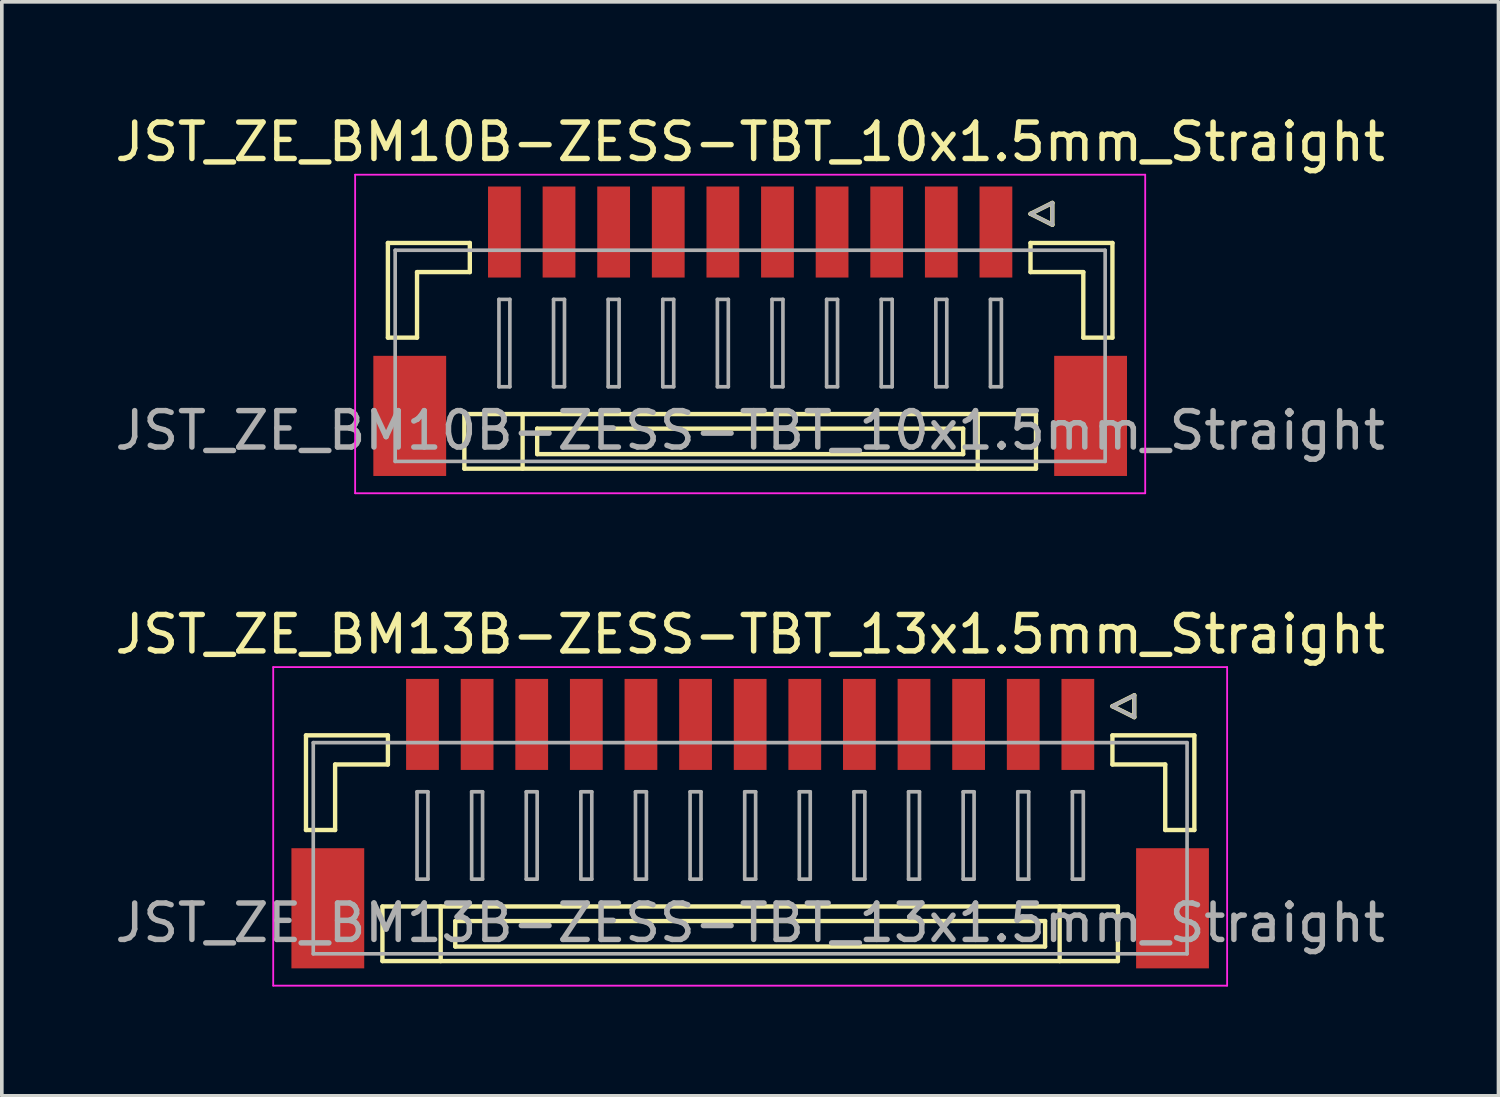
<source format=kicad_pcb>
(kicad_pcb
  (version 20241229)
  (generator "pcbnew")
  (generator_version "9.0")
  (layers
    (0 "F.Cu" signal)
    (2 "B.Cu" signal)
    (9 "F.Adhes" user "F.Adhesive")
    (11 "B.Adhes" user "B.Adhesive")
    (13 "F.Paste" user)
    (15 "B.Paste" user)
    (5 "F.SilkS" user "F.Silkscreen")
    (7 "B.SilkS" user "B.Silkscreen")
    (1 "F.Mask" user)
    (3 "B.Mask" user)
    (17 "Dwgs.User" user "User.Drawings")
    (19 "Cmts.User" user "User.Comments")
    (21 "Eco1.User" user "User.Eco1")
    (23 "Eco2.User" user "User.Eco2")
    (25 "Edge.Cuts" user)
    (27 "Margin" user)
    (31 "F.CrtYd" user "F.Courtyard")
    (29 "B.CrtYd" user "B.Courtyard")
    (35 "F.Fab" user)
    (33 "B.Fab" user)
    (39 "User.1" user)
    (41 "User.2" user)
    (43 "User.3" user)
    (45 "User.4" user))
  (footprint "JST_ZE_BM10B-ZESS-TBT_10x1.5mm_Straight"
    (layer "F.Cu")
    (at 17.554 5.848)
    (property "Reference" "JST_ZE_BM10B-ZESS-TBT_10x1.5mm_Straight" (at 0 -5 0) (layer "F.SilkS") (effects (font (size 1 1) (thickness 0.15))))
    (attr smd)
    (fp_line (start -9.95 -2.225) (end -9.95 0.375) (stroke (width 0.12) (type solid)) (layer "F.SilkS"))
    (fp_line (start -9.95 0.375) (end -9.15 0.375) (stroke (width 0.12) (type solid)) (layer "F.SilkS"))
    (fp_line (start -9.15 -1.425) (end -7.7 -1.425) (stroke (width 0.12) (type solid)) (layer "F.SilkS"))
    (fp_line (start -9.15 0.375) (end -9.15 -1.425) (stroke (width 0.12) (type solid)) (layer "F.SilkS"))
    (fp_line (start -7.85 2.475) (end -7.85 3.975) (stroke (width 0.12) (type solid)) (layer "F.SilkS"))
    (fp_line (start -7.85 3.975) (end 7.85 3.975) (stroke (width 0.12) (type solid)) (layer "F.SilkS"))
    (fp_line (start -7.7 -2.225) (end -9.95 -2.225) (stroke (width 0.12) (type solid)) (layer "F.SilkS"))
    (fp_line (start -7.7 -1.425) (end -7.7 -2.225) (stroke (width 0.12) (type solid)) (layer "F.SilkS"))
    (fp_line (start -6.25 2.475) (end -6.25 3.975) (stroke (width 0.12) (type solid)) (layer "F.SilkS"))
    (fp_line (start -5.85 2.875) (end -5.85 3.575) (stroke (width 0.12) (type solid)) (layer "F.SilkS"))
    (fp_line (start -5.85 3.575) (end 5.85 3.575) (stroke (width 0.12) (type solid)) (layer "F.SilkS"))
    (fp_line (start 5.85 2.875) (end -5.85 2.875) (stroke (width 0.12) (type solid)) (layer "F.SilkS"))
    (fp_line (start 5.85 3.575) (end 5.85 2.875) (stroke (width 0.12) (type solid)) (layer "F.SilkS"))
    (fp_line (start 6.25 2.475) (end 6.25 3.975) (stroke (width 0.12) (type solid)) (layer "F.SilkS"))
    (fp_line (start 7.7 -3.025) (end 8.3 -3.325) (stroke (width 0.12) (type solid)) (layer "F.SilkS"))
    (fp_line (start 7.7 -2.225) (end 9.95 -2.225) (stroke (width 0.12) (type solid)) (layer "F.SilkS"))
    (fp_line (start 7.7 -1.425) (end 7.7 -2.225) (stroke (width 0.12) (type solid)) (layer "F.SilkS"))
    (fp_line (start 7.85 2.475) (end -7.85 2.475) (stroke (width 0.12) (type solid)) (layer "F.SilkS"))
    (fp_line (start 7.85 3.975) (end 7.85 2.475) (stroke (width 0.12) (type solid)) (layer "F.SilkS"))
    (fp_line (start 8.3 -3.325) (end 8.3 -2.725) (stroke (width 0.12) (type solid)) (layer "F.SilkS"))
    (fp_line (start 8.3 -2.725) (end 7.7 -3.025) (stroke (width 0.12) (type solid)) (layer "F.SilkS"))
    (fp_line (start 9.15 -1.425) (end 7.7 -1.425) (stroke (width 0.12) (type solid)) (layer "F.SilkS"))
    (fp_line (start 9.15 0.375) (end 9.15 -1.425) (stroke (width 0.12) (type solid)) (layer "F.SilkS"))
    (fp_line (start 9.95 -2.225) (end 9.95 0.375) (stroke (width 0.12) (type solid)) (layer "F.SilkS"))
    (fp_line (start 9.95 0.375) (end 9.15 0.375) (stroke (width 0.12) (type solid)) (layer "F.SilkS"))
    (fp_line (start -10.85 -4.1) (end -10.85 4.65) (stroke (width 0.05) (type solid)) (layer "F.CrtYd"))
    (fp_line (start -10.85 4.65) (end 10.85 4.65) (stroke (width 0.05) (type solid)) (layer "F.CrtYd"))
    (fp_line (start 10.85 -4.1) (end -10.85 -4.1) (stroke (width 0.05) (type solid)) (layer "F.CrtYd"))
    (fp_line (start 10.85 4.65) (end 10.85 -4.1) (stroke (width 0.05) (type solid)) (layer "F.CrtYd"))
    (fp_line (start -9.75 -2.025) (end -9.75 3.775) (stroke (width 0.1) (type solid)) (layer "F.Fab"))
    (fp_line (start -9.75 3.775) (end 9.75 3.775) (stroke (width 0.1) (type solid)) (layer "F.Fab"))
    (fp_line (start -6.9 -0.675) (end -6.9 1.725) (stroke (width 0.1) (type solid)) (layer "F.Fab"))
    (fp_line (start -6.9 1.725) (end -6.6 1.725) (stroke (width 0.1) (type solid)) (layer "F.Fab"))
    (fp_line (start -6.6 -0.675) (end -6.9 -0.675) (stroke (width 0.1) (type solid)) (layer "F.Fab"))
    (fp_line (start -6.6 1.725) (end -6.6 -0.675) (stroke (width 0.1) (type solid)) (layer "F.Fab"))
    (fp_line (start -5.4 -0.675) (end -5.4 1.725) (stroke (width 0.1) (type solid)) (layer "F.Fab"))
    (fp_line (start -5.4 1.725) (end -5.1 1.725) (stroke (width 0.1) (type solid)) (layer "F.Fab"))
    (fp_line (start -5.1 -0.675) (end -5.4 -0.675) (stroke (width 0.1) (type solid)) (layer "F.Fab"))
    (fp_line (start -5.1 1.725) (end -5.1 -0.675) (stroke (width 0.1) (type solid)) (layer "F.Fab"))
    (fp_line (start -3.9 -0.675) (end -3.9 1.725) (stroke (width 0.1) (type solid)) (layer "F.Fab"))
    (fp_line (start -3.9 1.725) (end -3.6 1.725) (stroke (width 0.1) (type solid)) (layer "F.Fab"))
    (fp_line (start -3.6 -0.675) (end -3.9 -0.675) (stroke (width 0.1) (type solid)) (layer "F.Fab"))
    (fp_line (start -3.6 1.725) (end -3.6 -0.675) (stroke (width 0.1) (type solid)) (layer "F.Fab"))
    (fp_line (start -2.4 -0.675) (end -2.4 1.725) (stroke (width 0.1) (type solid)) (layer "F.Fab"))
    (fp_line (start -2.4 1.725) (end -2.1 1.725) (stroke (width 0.1) (type solid)) (layer "F.Fab"))
    (fp_line (start -2.1 -0.675) (end -2.4 -0.675) (stroke (width 0.1) (type solid)) (layer "F.Fab"))
    (fp_line (start -2.1 1.725) (end -2.1 -0.675) (stroke (width 0.1) (type solid)) (layer "F.Fab"))
    (fp_line (start -0.9 -0.675) (end -0.9 1.725) (stroke (width 0.1) (type solid)) (layer "F.Fab"))
    (fp_line (start -0.9 1.725) (end -0.6 1.725) (stroke (width 0.1) (type solid)) (layer "F.Fab"))
    (fp_line (start -0.6 -0.675) (end -0.9 -0.675) (stroke (width 0.1) (type solid)) (layer "F.Fab"))
    (fp_line (start -0.6 1.725) (end -0.6 -0.675) (stroke (width 0.1) (type solid)) (layer "F.Fab"))
    (fp_line (start 0.6 -0.675) (end 0.6 1.725) (stroke (width 0.1) (type solid)) (layer "F.Fab"))
    (fp_line (start 0.6 1.725) (end 0.9 1.725) (stroke (width 0.1) (type solid)) (layer "F.Fab"))
    (fp_line (start 0.9 -0.675) (end 0.6 -0.675) (stroke (width 0.1) (type solid)) (layer "F.Fab"))
    (fp_line (start 0.9 1.725) (end 0.9 -0.675) (stroke (width 0.1) (type solid)) (layer "F.Fab"))
    (fp_line (start 2.1 -0.675) (end 2.1 1.725) (stroke (width 0.1) (type solid)) (layer "F.Fab"))
    (fp_line (start 2.1 1.725) (end 2.4 1.725) (stroke (width 0.1) (type solid)) (layer "F.Fab"))
    (fp_line (start 2.4 -0.675) (end 2.1 -0.675) (stroke (width 0.1) (type solid)) (layer "F.Fab"))
    (fp_line (start 2.4 1.725) (end 2.4 -0.675) (stroke (width 0.1) (type solid)) (layer "F.Fab"))
    (fp_line (start 3.6 -0.675) (end 3.6 1.725) (stroke (width 0.1) (type solid)) (layer "F.Fab"))
    (fp_line (start 3.6 1.725) (end 3.9 1.725) (stroke (width 0.1) (type solid)) (layer "F.Fab"))
    (fp_line (start 3.9 -0.675) (end 3.6 -0.675) (stroke (width 0.1) (type solid)) (layer "F.Fab"))
    (fp_line (start 3.9 1.725) (end 3.9 -0.675) (stroke (width 0.1) (type solid)) (layer "F.Fab"))
    (fp_line (start 5.1 -0.675) (end 5.1 1.725) (stroke (width 0.1) (type solid)) (layer "F.Fab"))
    (fp_line (start 5.1 1.725) (end 5.4 1.725) (stroke (width 0.1) (type solid)) (layer "F.Fab"))
    (fp_line (start 5.4 -0.675) (end 5.1 -0.675) (stroke (width 0.1) (type solid)) (layer "F.Fab"))
    (fp_line (start 5.4 1.725) (end 5.4 -0.675) (stroke (width 0.1) (type solid)) (layer "F.Fab"))
    (fp_line (start 6.6 -0.675) (end 6.6 1.725) (stroke (width 0.1) (type solid)) (layer "F.Fab"))
    (fp_line (start 6.6 1.725) (end 6.9 1.725) (stroke (width 0.1) (type solid)) (layer "F.Fab"))
    (fp_line (start 6.9 -0.675) (end 6.6 -0.675) (stroke (width 0.1) (type solid)) (layer "F.Fab"))
    (fp_line (start 6.9 1.725) (end 6.9 -0.675) (stroke (width 0.1) (type solid)) (layer "F.Fab"))
    (fp_line (start 7.7 -3.025) (end 8.3 -3.325) (stroke (width 0.1) (type solid)) (layer "F.Fab"))
    (fp_line (start 8.3 -3.325) (end 8.3 -2.725) (stroke (width 0.1) (type solid)) (layer "F.Fab"))
    (fp_line (start 8.3 -2.725) (end 7.7 -3.025) (stroke (width 0.1) (type solid)) (layer "F.Fab"))
    (fp_line (start 9.75 -2.025) (end -9.75 -2.025) (stroke (width 0.1) (type solid)) (layer "F.Fab"))
    (fp_line (start 9.75 3.775) (end 9.75 -2.025) (stroke (width 0.1) (type solid)) (layer "F.Fab"))
    (fp_text user "${REFERENCE}" (at 0 2.925 0) (layer "F.Fab") (effects (font (size 1 1) (thickness 0.15))))
    (pad "" smd rect (at -9.35 2.525) (size 2 3.3) (layers "F.Cu" "F.Mask" "F.Paste"))
    (pad "" smd rect (at 9.35 2.525) (size 2 3.3) (layers "F.Cu" "F.Mask" "F.Paste"))
    (pad "1" smd rect (at 6.75 -2.525) (size 0.9 2.5) (layers "F.Cu" "F.Mask" "F.Paste"))
    (pad "2" smd rect (at 5.25 -2.525) (size 0.9 2.5) (layers "F.Cu" "F.Mask" "F.Paste"))
    (pad "3" smd rect (at 3.75 -2.525) (size 0.9 2.5) (layers "F.Cu" "F.Mask" "F.Paste"))
    (pad "4" smd rect (at 2.25 -2.525) (size 0.9 2.5) (layers "F.Cu" "F.Mask" "F.Paste"))
    (pad "5" smd rect (at 0.75 -2.525) (size 0.9 2.5) (layers "F.Cu" "F.Mask" "F.Paste"))
    (pad "6" smd rect (at -0.75 -2.525) (size 0.9 2.5) (layers "F.Cu" "F.Mask" "F.Paste"))
    (pad "7" smd rect (at -2.25 -2.525) (size 0.9 2.5) (layers "F.Cu" "F.Mask" "F.Paste"))
    (pad "8" smd rect (at -3.75 -2.525) (size 0.9 2.5) (layers "F.Cu" "F.Mask" "F.Paste"))
    (pad "9" smd rect (at -5.25 -2.525) (size 0.9 2.5) (layers "F.Cu" "F.Mask" "F.Paste"))
    (pad "10" smd rect (at -6.75 -2.525) (size 0.9 2.5) (layers "F.Cu" "F.Mask" "F.Paste")))
  (footprint "JST_ZE_BM13B-ZESS-TBT_13x1.5mm_Straight"
    (layer "F.Cu")
    (at 17.554 19.372)
    (property "Reference" "JST_ZE_BM13B-ZESS-TBT_13x1.5mm_Straight" (at 0 -5 0) (layer "F.SilkS") (effects (font (size 1 1) (thickness 0.15))))
    (attr smd)
    (fp_line (start -12.2 -2.225) (end -12.2 0.375) (stroke (width 0.12) (type solid)) (layer "F.SilkS"))
    (fp_line (start -12.2 0.375) (end -11.4 0.375) (stroke (width 0.12) (type solid)) (layer "F.SilkS"))
    (fp_line (start -11.4 -1.425) (end -9.95 -1.425) (stroke (width 0.12) (type solid)) (layer "F.SilkS"))
    (fp_line (start -11.4 0.375) (end -11.4 -1.425) (stroke (width 0.12) (type solid)) (layer "F.SilkS"))
    (fp_line (start -10.1 2.475) (end -10.1 3.975) (stroke (width 0.12) (type solid)) (layer "F.SilkS"))
    (fp_line (start -10.1 3.975) (end 10.1 3.975) (stroke (width 0.12) (type solid)) (layer "F.SilkS"))
    (fp_line (start -9.95 -2.225) (end -12.2 -2.225) (stroke (width 0.12) (type solid)) (layer "F.SilkS"))
    (fp_line (start -9.95 -1.425) (end -9.95 -2.225) (stroke (width 0.12) (type solid)) (layer "F.SilkS"))
    (fp_line (start -8.5 2.475) (end -8.5 3.975) (stroke (width 0.12) (type solid)) (layer "F.SilkS"))
    (fp_line (start -8.1 2.875) (end -8.1 3.575) (stroke (width 0.12) (type solid)) (layer "F.SilkS"))
    (fp_line (start -8.1 3.575) (end 8.1 3.575) (stroke (width 0.12) (type solid)) (layer "F.SilkS"))
    (fp_line (start 8.1 2.875) (end -8.1 2.875) (stroke (width 0.12) (type solid)) (layer "F.SilkS"))
    (fp_line (start 8.1 3.575) (end 8.1 2.875) (stroke (width 0.12) (type solid)) (layer "F.SilkS"))
    (fp_line (start 8.5 2.475) (end 8.5 3.975) (stroke (width 0.12) (type solid)) (layer "F.SilkS"))
    (fp_line (start 9.95 -3.025) (end 10.55 -3.325) (stroke (width 0.12) (type solid)) (layer "F.SilkS"))
    (fp_line (start 9.95 -2.225) (end 12.2 -2.225) (stroke (width 0.12) (type solid)) (layer "F.SilkS"))
    (fp_line (start 9.95 -1.425) (end 9.95 -2.225) (stroke (width 0.12) (type solid)) (layer "F.SilkS"))
    (fp_line (start 10.1 2.475) (end -10.1 2.475) (stroke (width 0.12) (type solid)) (layer "F.SilkS"))
    (fp_line (start 10.1 3.975) (end 10.1 2.475) (stroke (width 0.12) (type solid)) (layer "F.SilkS"))
    (fp_line (start 10.55 -3.325) (end 10.55 -2.725) (stroke (width 0.12) (type solid)) (layer "F.SilkS"))
    (fp_line (start 10.55 -2.725) (end 9.95 -3.025) (stroke (width 0.12) (type solid)) (layer "F.SilkS"))
    (fp_line (start 11.4 -1.425) (end 9.95 -1.425) (stroke (width 0.12) (type solid)) (layer "F.SilkS"))
    (fp_line (start 11.4 0.375) (end 11.4 -1.425) (stroke (width 0.12) (type solid)) (layer "F.SilkS"))
    (fp_line (start 12.2 -2.225) (end 12.2 0.375) (stroke (width 0.12) (type solid)) (layer "F.SilkS"))
    (fp_line (start 12.2 0.375) (end 11.4 0.375) (stroke (width 0.12) (type solid)) (layer "F.SilkS"))
    (fp_line (start -13.1 -4.1) (end -13.1 4.65) (stroke (width 0.05) (type solid)) (layer "F.CrtYd"))
    (fp_line (start -13.1 4.65) (end 13.1 4.65) (stroke (width 0.05) (type solid)) (layer "F.CrtYd"))
    (fp_line (start 13.1 -4.1) (end -13.1 -4.1) (stroke (width 0.05) (type solid)) (layer "F.CrtYd"))
    (fp_line (start 13.1 4.65) (end 13.1 -4.1) (stroke (width 0.05) (type solid)) (layer "F.CrtYd"))
    (fp_line (start -12 -2.025) (end -12 3.775) (stroke (width 0.1) (type solid)) (layer "F.Fab"))
    (fp_line (start -12 3.775) (end 12 3.775) (stroke (width 0.1) (type solid)) (layer "F.Fab"))
    (fp_line (start -9.15 -0.675) (end -9.15 1.725) (stroke (width 0.1) (type solid)) (layer "F.Fab"))
    (fp_line (start -9.15 1.725) (end -8.85 1.725) (stroke (width 0.1) (type solid)) (layer "F.Fab"))
    (fp_line (start -8.85 -0.675) (end -9.15 -0.675) (stroke (width 0.1) (type solid)) (layer "F.Fab"))
    (fp_line (start -8.85 1.725) (end -8.85 -0.675) (stroke (width 0.1) (type solid)) (layer "F.Fab"))
    (fp_line (start -7.65 -0.675) (end -7.65 1.725) (stroke (width 0.1) (type solid)) (layer "F.Fab"))
    (fp_line (start -7.65 1.725) (end -7.35 1.725) (stroke (width 0.1) (type solid)) (layer "F.Fab"))
    (fp_line (start -7.35 -0.675) (end -7.65 -0.675) (stroke (width 0.1) (type solid)) (layer "F.Fab"))
    (fp_line (start -7.35 1.725) (end -7.35 -0.675) (stroke (width 0.1) (type solid)) (layer "F.Fab"))
    (fp_line (start -6.15 -0.675) (end -6.15 1.725) (stroke (width 0.1) (type solid)) (layer "F.Fab"))
    (fp_line (start -6.15 1.725) (end -5.85 1.725) (stroke (width 0.1) (type solid)) (layer "F.Fab"))
    (fp_line (start -5.85 -0.675) (end -6.15 -0.675) (stroke (width 0.1) (type solid)) (layer "F.Fab"))
    (fp_line (start -5.85 1.725) (end -5.85 -0.675) (stroke (width 0.1) (type solid)) (layer "F.Fab"))
    (fp_line (start -4.65 -0.675) (end -4.65 1.725) (stroke (width 0.1) (type solid)) (layer "F.Fab"))
    (fp_line (start -4.65 1.725) (end -4.35 1.725) (stroke (width 0.1) (type solid)) (layer "F.Fab"))
    (fp_line (start -4.35 -0.675) (end -4.65 -0.675) (stroke (width 0.1) (type solid)) (layer "F.Fab"))
    (fp_line (start -4.35 1.725) (end -4.35 -0.675) (stroke (width 0.1) (type solid)) (layer "F.Fab"))
    (fp_line (start -3.15 -0.675) (end -3.15 1.725) (stroke (width 0.1) (type solid)) (layer "F.Fab"))
    (fp_line (start -3.15 1.725) (end -2.85 1.725) (stroke (width 0.1) (type solid)) (layer "F.Fab"))
    (fp_line (start -2.85 -0.675) (end -3.15 -0.675) (stroke (width 0.1) (type solid)) (layer "F.Fab"))
    (fp_line (start -2.85 1.725) (end -2.85 -0.675) (stroke (width 0.1) (type solid)) (layer "F.Fab"))
    (fp_line (start -1.65 -0.675) (end -1.65 1.725) (stroke (width 0.1) (type solid)) (layer "F.Fab"))
    (fp_line (start -1.65 1.725) (end -1.35 1.725) (stroke (width 0.1) (type solid)) (layer "F.Fab"))
    (fp_line (start -1.35 -0.675) (end -1.65 -0.675) (stroke (width 0.1) (type solid)) (layer "F.Fab"))
    (fp_line (start -1.35 1.725) (end -1.35 -0.675) (stroke (width 0.1) (type solid)) (layer "F.Fab"))
    (fp_line (start -0.15 -0.675) (end -0.15 1.725) (stroke (width 0.1) (type solid)) (layer "F.Fab"))
    (fp_line (start -0.15 1.725) (end 0.15 1.725) (stroke (width 0.1) (type solid)) (layer "F.Fab"))
    (fp_line (start 0.15 -0.675) (end -0.15 -0.675) (stroke (width 0.1) (type solid)) (layer "F.Fab"))
    (fp_line (start 0.15 1.725) (end 0.15 -0.675) (stroke (width 0.1) (type solid)) (layer "F.Fab"))
    (fp_line (start 1.35 -0.675) (end 1.35 1.725) (stroke (width 0.1) (type solid)) (layer "F.Fab"))
    (fp_line (start 1.35 1.725) (end 1.65 1.725) (stroke (width 0.1) (type solid)) (layer "F.Fab"))
    (fp_line (start 1.65 -0.675) (end 1.35 -0.675) (stroke (width 0.1) (type solid)) (layer "F.Fab"))
    (fp_line (start 1.65 1.725) (end 1.65 -0.675) (stroke (width 0.1) (type solid)) (layer "F.Fab"))
    (fp_line (start 2.85 -0.675) (end 2.85 1.725) (stroke (width 0.1) (type solid)) (layer "F.Fab"))
    (fp_line (start 2.85 1.725) (end 3.15 1.725) (stroke (width 0.1) (type solid)) (layer "F.Fab"))
    (fp_line (start 3.15 -0.675) (end 2.85 -0.675) (stroke (width 0.1) (type solid)) (layer "F.Fab"))
    (fp_line (start 3.15 1.725) (end 3.15 -0.675) (stroke (width 0.1) (type solid)) (layer "F.Fab"))
    (fp_line (start 4.35 -0.675) (end 4.35 1.725) (stroke (width 0.1) (type solid)) (layer "F.Fab"))
    (fp_line (start 4.35 1.725) (end 4.65 1.725) (stroke (width 0.1) (type solid)) (layer "F.Fab"))
    (fp_line (start 4.65 -0.675) (end 4.35 -0.675) (stroke (width 0.1) (type solid)) (layer "F.Fab"))
    (fp_line (start 4.65 1.725) (end 4.65 -0.675) (stroke (width 0.1) (type solid)) (layer "F.Fab"))
    (fp_line (start 5.85 -0.675) (end 5.85 1.725) (stroke (width 0.1) (type solid)) (layer "F.Fab"))
    (fp_line (start 5.85 1.725) (end 6.15 1.725) (stroke (width 0.1) (type solid)) (layer "F.Fab"))
    (fp_line (start 6.15 -0.675) (end 5.85 -0.675) (stroke (width 0.1) (type solid)) (layer "F.Fab"))
    (fp_line (start 6.15 1.725) (end 6.15 -0.675) (stroke (width 0.1) (type solid)) (layer "F.Fab"))
    (fp_line (start 7.35 -0.675) (end 7.35 1.725) (stroke (width 0.1) (type solid)) (layer "F.Fab"))
    (fp_line (start 7.35 1.725) (end 7.65 1.725) (stroke (width 0.1) (type solid)) (layer "F.Fab"))
    (fp_line (start 7.65 -0.675) (end 7.35 -0.675) (stroke (width 0.1) (type solid)) (layer "F.Fab"))
    (fp_line (start 7.65 1.725) (end 7.65 -0.675) (stroke (width 0.1) (type solid)) (layer "F.Fab"))
    (fp_line (start 8.85 -0.675) (end 8.85 1.725) (stroke (width 0.1) (type solid)) (layer "F.Fab"))
    (fp_line (start 8.85 1.725) (end 9.15 1.725) (stroke (width 0.1) (type solid)) (layer "F.Fab"))
    (fp_line (start 9.15 -0.675) (end 8.85 -0.675) (stroke (width 0.1) (type solid)) (layer "F.Fab"))
    (fp_line (start 9.15 1.725) (end 9.15 -0.675) (stroke (width 0.1) (type solid)) (layer "F.Fab"))
    (fp_line (start 9.95 -3.025) (end 10.55 -3.325) (stroke (width 0.1) (type solid)) (layer "F.Fab"))
    (fp_line (start 10.55 -3.325) (end 10.55 -2.725) (stroke (width 0.1) (type solid)) (layer "F.Fab"))
    (fp_line (start 10.55 -2.725) (end 9.95 -3.025) (stroke (width 0.1) (type solid)) (layer "F.Fab"))
    (fp_line (start 12 -2.025) (end -12 -2.025) (stroke (width 0.1) (type solid)) (layer "F.Fab"))
    (fp_line (start 12 3.775) (end 12 -2.025) (stroke (width 0.1) (type solid)) (layer "F.Fab"))
    (fp_text user "${REFERENCE}" (at 0 2.925 0) (layer "F.Fab") (effects (font (size 1 1) (thickness 0.15))))
    (pad "" smd rect (at -11.6 2.525) (size 2 3.3) (layers "F.Cu" "F.Mask" "F.Paste"))
    (pad "" smd rect (at 11.6 2.525) (size 2 3.3) (layers "F.Cu" "F.Mask" "F.Paste"))
    (pad "1" smd rect (at 9 -2.525) (size 0.9 2.5) (layers "F.Cu" "F.Mask" "F.Paste"))
    (pad "2" smd rect (at 7.5 -2.525) (size 0.9 2.5) (layers "F.Cu" "F.Mask" "F.Paste"))
    (pad "3" smd rect (at 6 -2.525) (size 0.9 2.5) (layers "F.Cu" "F.Mask" "F.Paste"))
    (pad "4" smd rect (at 4.5 -2.525) (size 0.9 2.5) (layers "F.Cu" "F.Mask" "F.Paste"))
    (pad "5" smd rect (at 3 -2.525) (size 0.9 2.5) (layers "F.Cu" "F.Mask" "F.Paste"))
    (pad "6" smd rect (at 1.5 -2.525) (size 0.9 2.5) (layers "F.Cu" "F.Mask" "F.Paste"))
    (pad "7" smd rect (at 0 -2.525) (size 0.9 2.5) (layers "F.Cu" "F.Mask" "F.Paste"))
    (pad "8" smd rect (at -1.5 -2.525) (size 0.9 2.5) (layers "F.Cu" "F.Mask" "F.Paste"))
    (pad "9" smd rect (at -3 -2.525) (size 0.9 2.5) (layers "F.Cu" "F.Mask" "F.Paste"))
    (pad "10" smd rect (at -4.5 -2.525) (size 0.9 2.5) (layers "F.Cu" "F.Mask" "F.Paste"))
    (pad "11" smd rect (at -6 -2.525) (size 0.9 2.5) (layers "F.Cu" "F.Mask" "F.Paste"))
    (pad "12" smd rect (at -7.5 -2.525) (size 0.9 2.5) (layers "F.Cu" "F.Mask" "F.Paste"))
    (pad "13" smd rect (at -9 -2.525) (size 0.9 2.5) (layers "F.Cu" "F.Mask" "F.Paste")))
  (gr_rect
    (start -3 -3)
    (end 38.107 27.047)
    (stroke (width 0.1) (type default))
    (fill no)
    (layer "Edge.Cuts")))
</source>
